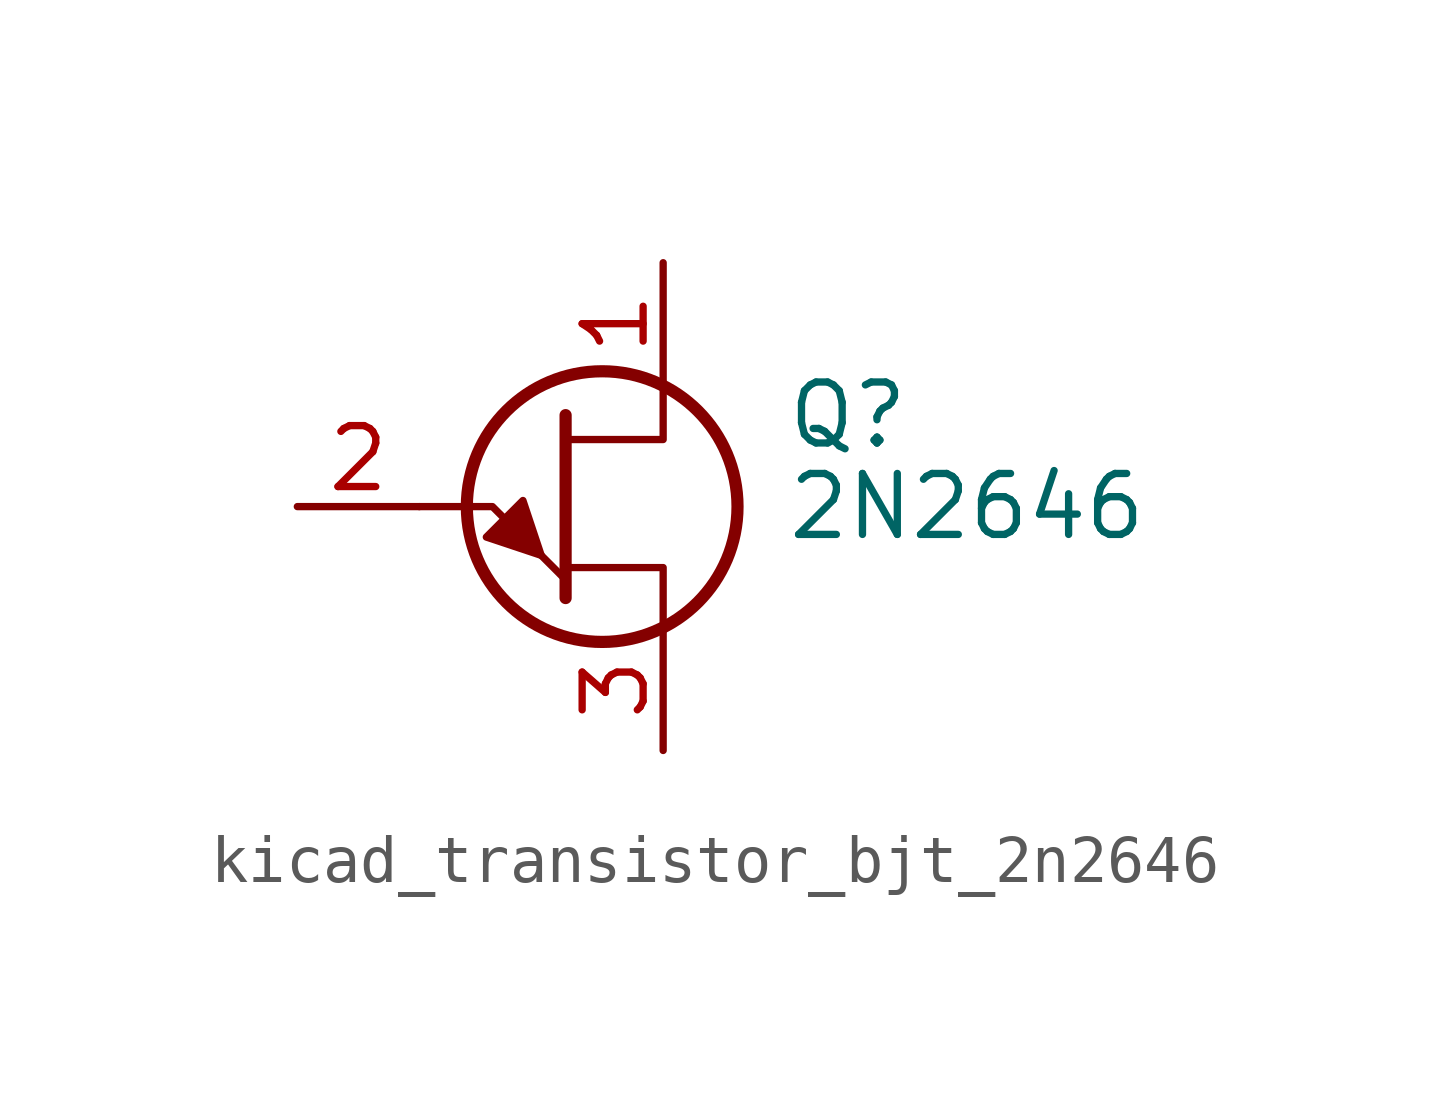
<source format=kicad_sym>
(kicad_symbol_lib
  (version 20220914)
  (generator kicad_symbol_editor)
  (symbol "kicad_transistor_bjt_2n2646"
    (pin_names
      (offset 0) hide)
    (property "Reference" "Q"
      (at 5.08 1.905 0)
      (effects (font (size 1.27 1.27)) (justify left)))
    (property "Value" "2N2646"
      (at 5.08 0 0)
      (effects (font (size 1.27 1.27)) (justify left)))
    (symbol "kicad_transistor_bjt_2n2646_0_1"
      (polyline (pts (xy -2.54 0) (xy -1.016 0) (xy 0.508 -1.524)) (stroke (width 0) (type default)) (fill (type none)))
      (polyline (pts (xy 0.508 1.905) (xy 0.508 -1.905) (xy 0.508 -1.905)) (stroke (width 0.254) (type default)) (fill (type none)))
      (polyline (pts (xy 2.54 -2.54) (xy 2.54 -1.27) (xy 0.508 -1.27)) (stroke (width 0) (type default)) (fill (type none)))
      (polyline (pts (xy 2.54 2.54) (xy 2.54 1.397) (xy 0.508 1.397)) (stroke (width 0) (type default)) (fill (type none)))
      (polyline (pts (xy 0 -1.016) (xy -0.381 0.127) (xy -1.143 -0.635) (xy 0 -1.016)) (stroke (width 0) (type default)) (fill (type outline)))
      (circle (center 1.27 0) (radius 2.819) (stroke (width 0.254) (type default)) (fill (type none))))
    (symbol "kicad_transistor_bjt_2n2646_1_1"
      (pin passive line (at 2.54 5.08 270) (length 2.54) (name "B2" (effects (font (size 1.27 1.27)))) (number "1" (effects (font (size 1.27 1.27)))))
      (pin input line (at -5.08 0 0) (length 2.54) (name "E" (effects (font (size 1.27 1.27)))) (number "2" (effects (font (size 1.27 1.27)))))
      (pin passive line (at 2.54 -5.08 90) (length 2.54) (name "B1" (effects (font (size 1.27 1.27)))) (number "3" (effects (font (size 1.27 1.27))))))))
</source>
